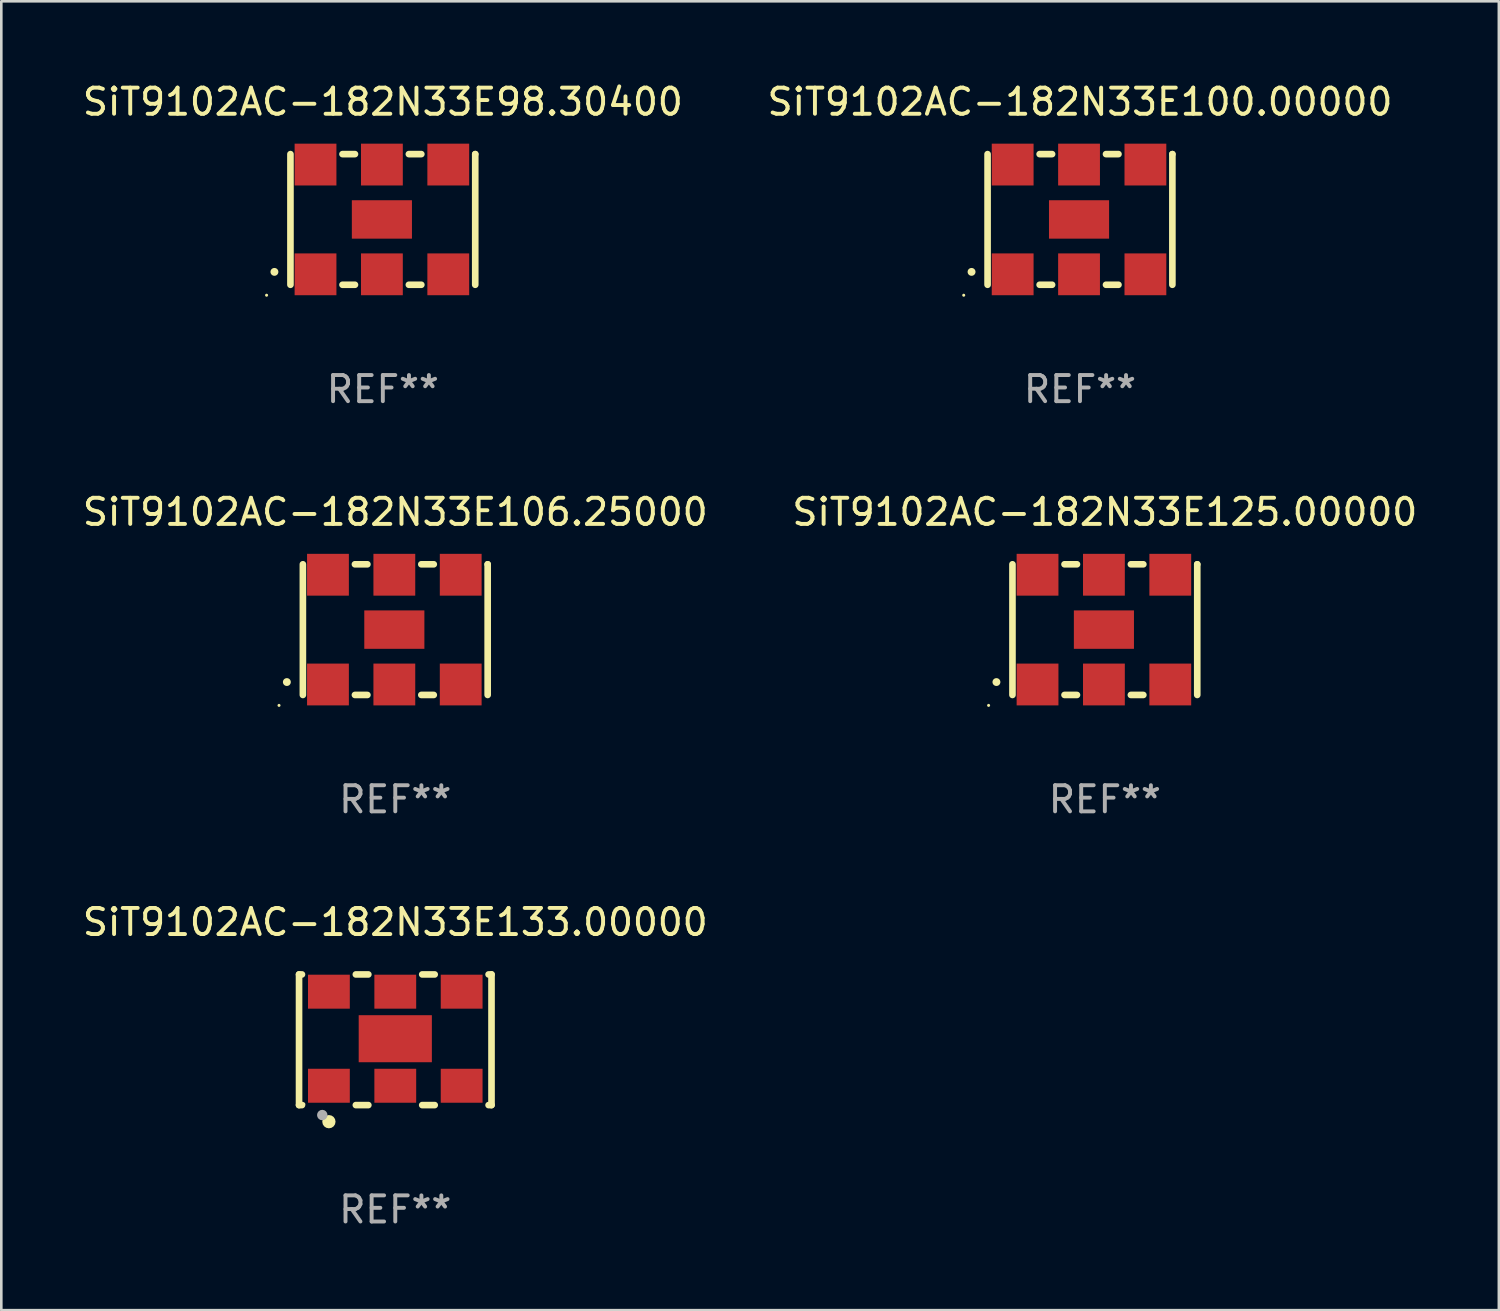
<source format=kicad_pcb>
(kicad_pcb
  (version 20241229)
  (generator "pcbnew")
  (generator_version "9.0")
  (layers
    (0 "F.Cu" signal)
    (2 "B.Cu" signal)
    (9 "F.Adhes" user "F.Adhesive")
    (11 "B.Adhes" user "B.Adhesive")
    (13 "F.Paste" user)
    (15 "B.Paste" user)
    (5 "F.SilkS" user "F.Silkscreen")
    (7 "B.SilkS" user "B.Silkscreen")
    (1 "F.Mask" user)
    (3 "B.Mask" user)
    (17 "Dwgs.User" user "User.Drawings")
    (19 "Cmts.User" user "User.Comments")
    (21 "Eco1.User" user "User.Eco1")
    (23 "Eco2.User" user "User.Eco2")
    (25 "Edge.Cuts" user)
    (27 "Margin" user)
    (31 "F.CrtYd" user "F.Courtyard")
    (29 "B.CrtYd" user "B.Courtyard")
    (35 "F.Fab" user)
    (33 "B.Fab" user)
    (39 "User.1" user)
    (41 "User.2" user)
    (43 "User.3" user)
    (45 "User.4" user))
  (footprint "SiT9102AC-182N33E106.25000"
    (layer "F.Cu")
    (at 12.077 21.045)
    (property "Reference" "SiT9102AC-182N33E106.25000" (at 0 -4.5 0) (layer "F.SilkS") (effects (font (size 1 1) (thickness 0.15))))
    (attr through_hole)
    (fp_line (start -3.536 -2.5) (end -3.536 2.5) (stroke (width 0.254) (type solid)) (layer "F.SilkS"))
    (fp_line (start -1.544 2.5) (end -1.067 2.5) (stroke (width 0.254) (type solid)) (layer "F.SilkS"))
    (fp_line (start -1.067 -2.5) (end -1.544 -2.5) (stroke (width 0.254) (type solid)) (layer "F.SilkS"))
    (fp_line (start 0.996 2.5) (end 1.473 2.5) (stroke (width 0.254) (type solid)) (layer "F.SilkS"))
    (fp_line (start 1.473 -2.5) (end 0.996 -2.5) (stroke (width 0.254) (type solid)) (layer "F.SilkS"))
    (fp_line (start 3.536 -2.5) (end 3.536 -2.5) (stroke (width 0.254) (type solid)) (layer "F.SilkS"))
    (fp_line (start 3.536 2.5) (end 3.536 -2.5) (stroke (width 0.254) (type solid)) (layer "F.SilkS"))
    (fp_arc (start -4.150432 2.006604) (mid -4.149162 2.006599) (end -4.147892 2.006604) (stroke (width 0.3) (type solid)) (layer "F.SilkS"))
    (fp_circle (center -4.449 2.9) (end -4.419 2.9) (stroke (width 0.06) (type solid)) (fill no) (layer "F.SilkS"))
    (fp_text user "REF**" (at 0 6.5 0) (layer "F.Fab") (effects (font (size 1 1) (thickness 0.15))))
    (pad "1" smd rect (at -2.576 2.1) (size 1.6 1.6) (layers "F.Cu" "F.Mask" "F.Paste"))
    (pad "2" smd rect (at -0.036 2.1) (size 1.6 1.6) (layers "F.Cu" "F.Mask" "F.Paste"))
    (pad "3" smd rect (at 2.504 2.1) (size 1.6 1.6) (layers "F.Cu" "F.Mask" "F.Paste"))
    (pad "4" smd rect (at 2.504 -2.1) (size 1.6 1.6) (layers "F.Cu" "F.Mask" "F.Paste"))
    (pad "5" smd rect (at -0.036 -2.1) (size 1.6 1.6) (layers "F.Cu" "F.Mask" "F.Paste"))
    (pad "6" smd rect (at -2.576 -2.1) (size 1.6 1.6) (layers "F.Cu" "F.Mask" "F.Paste"))
    (pad "7" smd rect (at -0.036 0) (size 2.3 1.47) (layers "F.Cu" "F.Mask" "F.Paste")))
  (footprint "SiT9102AC-182N33E100.00000"
    (layer "F.Cu")
    (at 38.28 5.348)
    (property "Reference" "SiT9102AC-182N33E100.00000" (at 0 -4.5 0) (layer "F.SilkS") (effects (font (size 1 1) (thickness 0.15))))
    (attr through_hole)
    (fp_line (start -3.536 -2.5) (end -3.536 2.5) (stroke (width 0.254) (type solid)) (layer "F.SilkS"))
    (fp_line (start -1.544 2.5) (end -1.067 2.5) (stroke (width 0.254) (type solid)) (layer "F.SilkS"))
    (fp_line (start -1.067 -2.5) (end -1.544 -2.5) (stroke (width 0.254) (type solid)) (layer "F.SilkS"))
    (fp_line (start 0.996 2.5) (end 1.473 2.5) (stroke (width 0.254) (type solid)) (layer "F.SilkS"))
    (fp_line (start 1.473 -2.5) (end 0.996 -2.5) (stroke (width 0.254) (type solid)) (layer "F.SilkS"))
    (fp_line (start 3.536 -2.5) (end 3.536 -2.5) (stroke (width 0.254) (type solid)) (layer "F.SilkS"))
    (fp_line (start 3.536 2.5) (end 3.536 -2.5) (stroke (width 0.254) (type solid)) (layer "F.SilkS"))
    (fp_arc (start -4.150432 2.006604) (mid -4.149162 2.006599) (end -4.147892 2.006604) (stroke (width 0.3) (type solid)) (layer "F.SilkS"))
    (fp_circle (center -4.449 2.9) (end -4.419 2.9) (stroke (width 0.06) (type solid)) (fill no) (layer "F.SilkS"))
    (fp_text user "REF**" (at 0 6.5 0) (layer "F.Fab") (effects (font (size 1 1) (thickness 0.15))))
    (pad "1" smd rect (at -2.576 2.1) (size 1.6 1.6) (layers "F.Cu" "F.Mask" "F.Paste"))
    (pad "2" smd rect (at -0.036 2.1) (size 1.6 1.6) (layers "F.Cu" "F.Mask" "F.Paste"))
    (pad "3" smd rect (at 2.504 2.1) (size 1.6 1.6) (layers "F.Cu" "F.Mask" "F.Paste"))
    (pad "4" smd rect (at 2.504 -2.1) (size 1.6 1.6) (layers "F.Cu" "F.Mask" "F.Paste"))
    (pad "5" smd rect (at -0.036 -2.1) (size 1.6 1.6) (layers "F.Cu" "F.Mask" "F.Paste"))
    (pad "6" smd rect (at -2.576 -2.1) (size 1.6 1.6) (layers "F.Cu" "F.Mask" "F.Paste"))
    (pad "7" smd rect (at -0.036 0) (size 2.3 1.47) (layers "F.Cu" "F.Mask" "F.Paste")))
  (footprint "SiT9102AC-182N33E98.30400"
    (layer "F.Cu")
    (at 11.601 5.348)
    (property "Reference" "SiT9102AC-182N33E98.30400" (at 0 -4.5 0) (layer "F.SilkS") (effects (font (size 1 1) (thickness 0.15))))
    (attr through_hole)
    (fp_line (start -3.536 -2.5) (end -3.536 2.5) (stroke (width 0.254) (type solid)) (layer "F.SilkS"))
    (fp_line (start -1.544 2.5) (end -1.067 2.5) (stroke (width 0.254) (type solid)) (layer "F.SilkS"))
    (fp_line (start -1.067 -2.5) (end -1.544 -2.5) (stroke (width 0.254) (type solid)) (layer "F.SilkS"))
    (fp_line (start 0.996 2.5) (end 1.473 2.5) (stroke (width 0.254) (type solid)) (layer "F.SilkS"))
    (fp_line (start 1.473 -2.5) (end 0.996 -2.5) (stroke (width 0.254) (type solid)) (layer "F.SilkS"))
    (fp_line (start 3.536 -2.5) (end 3.536 -2.5) (stroke (width 0.254) (type solid)) (layer "F.SilkS"))
    (fp_line (start 3.536 2.5) (end 3.536 -2.5) (stroke (width 0.254) (type solid)) (layer "F.SilkS"))
    (fp_arc (start -4.150432 2.006604) (mid -4.149162 2.006599) (end -4.147892 2.006604) (stroke (width 0.3) (type solid)) (layer "F.SilkS"))
    (fp_circle (center -4.449 2.9) (end -4.419 2.9) (stroke (width 0.06) (type solid)) (fill no) (layer "F.SilkS"))
    (fp_text user "REF**" (at 0 6.5 0) (layer "F.Fab") (effects (font (size 1 1) (thickness 0.15))))
    (pad "1" smd rect (at -2.576 2.1) (size 1.6 1.6) (layers "F.Cu" "F.Mask" "F.Paste"))
    (pad "2" smd rect (at -0.036 2.1) (size 1.6 1.6) (layers "F.Cu" "F.Mask" "F.Paste"))
    (pad "3" smd rect (at 2.504 2.1) (size 1.6 1.6) (layers "F.Cu" "F.Mask" "F.Paste"))
    (pad "4" smd rect (at 2.504 -2.1) (size 1.6 1.6) (layers "F.Cu" "F.Mask" "F.Paste"))
    (pad "5" smd rect (at -0.036 -2.1) (size 1.6 1.6) (layers "F.Cu" "F.Mask" "F.Paste"))
    (pad "6" smd rect (at -2.576 -2.1) (size 1.6 1.6) (layers "F.Cu" "F.Mask" "F.Paste"))
    (pad "7" smd rect (at -0.036 0) (size 2.3 1.47) (layers "F.Cu" "F.Mask" "F.Paste")))
  (footprint "SiT9102AC-182N33E133.00000"
    (layer "F.Cu")
    (at 12.077 36.741)
    (property "Reference" "SiT9102AC-182N33E133.00000" (at 0 -4.5 0) (layer "F.SilkS") (effects (font (size 1 1) (thickness 0.15))))
    (attr through_hole)
    (fp_line (start -3.683 -2.5) (end -3.571 -2.5) (stroke (width 0.254) (type solid)) (layer "F.SilkS"))
    (fp_line (start -3.683 2.5) (end -3.683 -2.5) (stroke (width 0.254) (type solid)) (layer "F.SilkS"))
    (fp_line (start -3.683 2.5) (end -3.571 2.5) (stroke (width 0.254) (type solid)) (layer "F.SilkS"))
    (fp_line (start -1.509 -2.5) (end -1.031 -2.5) (stroke (width 0.254) (type solid)) (layer "F.SilkS"))
    (fp_line (start -1.509 2.5) (end -1.031 2.5) (stroke (width 0.254) (type solid)) (layer "F.SilkS"))
    (fp_line (start 1.031 -2.5) (end 1.509 -2.5) (stroke (width 0.254) (type solid)) (layer "F.SilkS"))
    (fp_line (start 1.031 2.5) (end 1.509 2.5) (stroke (width 0.254) (type solid)) (layer "F.SilkS"))
    (fp_line (start 3.571 -2.5) (end 3.683 -2.5) (stroke (width 0.254) (type solid)) (layer "F.SilkS"))
    (fp_line (start 3.571 2.5) (end 3.683 2.5) (stroke (width 0.254) (type solid)) (layer "F.SilkS"))
    (fp_line (start 3.683 2.5) (end 3.683 -2.5) (stroke (width 0.254) (type solid)) (layer "F.SilkS"))
    (fp_circle (center -3.5 2.46) (end -3.47 2.46) (stroke (width 0.06) (type solid)) (fill no) (layer "F.SilkS"))
    (fp_circle (center -2.54 3.135) (end -2.413 3.135) (stroke (width 0.254) (type solid)) (fill no) (layer "F.SilkS"))
    (fp_circle (center -2.794 2.881) (end -2.694 2.881) (stroke (width 0.2) (type solid)) (fill no) (layer "F.Fab"))
    (fp_text user "REF**" (at 0 6.5 0) (layer "F.Fab") (effects (font (size 1 1) (thickness 0.15))))
    (pad "1" smd rect (at -2.54 1.76) (size 1.6 1.3) (layers "F.Cu" "F.Mask" "F.Paste"))
    (pad "2" smd rect (at 0 1.76) (size 1.6 1.3) (layers "F.Cu" "F.Mask" "F.Paste"))
    (pad "3" smd rect (at 2.54 1.76) (size 1.6 1.3) (layers "F.Cu" "F.Mask" "F.Paste"))
    (pad "4" smd rect (at 2.54 -1.84) (size 1.6 1.3) (layers "F.Cu" "F.Mask" "F.Paste"))
    (pad "5" smd rect (at 0 -1.84) (size 1.6 1.3) (layers "F.Cu" "F.Mask" "F.Paste"))
    (pad "6" smd rect (at -2.54 -1.84) (size 1.6 1.3) (layers "F.Cu" "F.Mask" "F.Paste"))
    (pad "7" smd rect (at 0 -0.04) (size 2.8 1.8) (layers "F.Cu" "F.Mask" "F.Paste")))
  (footprint "SiT9102AC-182N33E125.00000"
    (layer "F.Cu")
    (at 39.232 21.045)
    (property "Reference" "SiT9102AC-182N33E125.00000" (at 0 -4.5 0) (layer "F.SilkS") (effects (font (size 1 1) (thickness 0.15))))
    (attr through_hole)
    (fp_line (start -3.536 -2.5) (end -3.536 2.5) (stroke (width 0.254) (type solid)) (layer "F.SilkS"))
    (fp_line (start -1.544 2.5) (end -1.067 2.5) (stroke (width 0.254) (type solid)) (layer "F.SilkS"))
    (fp_line (start -1.067 -2.5) (end -1.544 -2.5) (stroke (width 0.254) (type solid)) (layer "F.SilkS"))
    (fp_line (start 0.996 2.5) (end 1.473 2.5) (stroke (width 0.254) (type solid)) (layer "F.SilkS"))
    (fp_line (start 1.473 -2.5) (end 0.996 -2.5) (stroke (width 0.254) (type solid)) (layer "F.SilkS"))
    (fp_line (start 3.536 -2.5) (end 3.536 -2.5) (stroke (width 0.254) (type solid)) (layer "F.SilkS"))
    (fp_line (start 3.536 2.5) (end 3.536 -2.5) (stroke (width 0.254) (type solid)) (layer "F.SilkS"))
    (fp_arc (start -4.150432 2.006604) (mid -4.149162 2.006599) (end -4.147892 2.006604) (stroke (width 0.3) (type solid)) (layer "F.SilkS"))
    (fp_circle (center -4.449 2.9) (end -4.419 2.9) (stroke (width 0.06) (type solid)) (fill no) (layer "F.SilkS"))
    (fp_text user "REF**" (at 0 6.5 0) (layer "F.Fab") (effects (font (size 1 1) (thickness 0.15))))
    (pad "1" smd rect (at -2.576 2.1) (size 1.6 1.6) (layers "F.Cu" "F.Mask" "F.Paste"))
    (pad "2" smd rect (at -0.036 2.1) (size 1.6 1.6) (layers "F.Cu" "F.Mask" "F.Paste"))
    (pad "3" smd rect (at 2.504 2.1) (size 1.6 1.6) (layers "F.Cu" "F.Mask" "F.Paste"))
    (pad "4" smd rect (at 2.504 -2.1) (size 1.6 1.6) (layers "F.Cu" "F.Mask" "F.Paste"))
    (pad "5" smd rect (at -0.036 -2.1) (size 1.6 1.6) (layers "F.Cu" "F.Mask" "F.Paste"))
    (pad "6" smd rect (at -2.576 -2.1) (size 1.6 1.6) (layers "F.Cu" "F.Mask" "F.Paste"))
    (pad "7" smd rect (at -0.036 0) (size 2.3 1.47) (layers "F.Cu" "F.Mask" "F.Paste")))
  (gr_rect
    (start -3 -3)
    (end 54.31 47.09)
    (stroke (width 0.1) (type default))
    (fill no)
    (layer "Edge.Cuts")))
</source>
